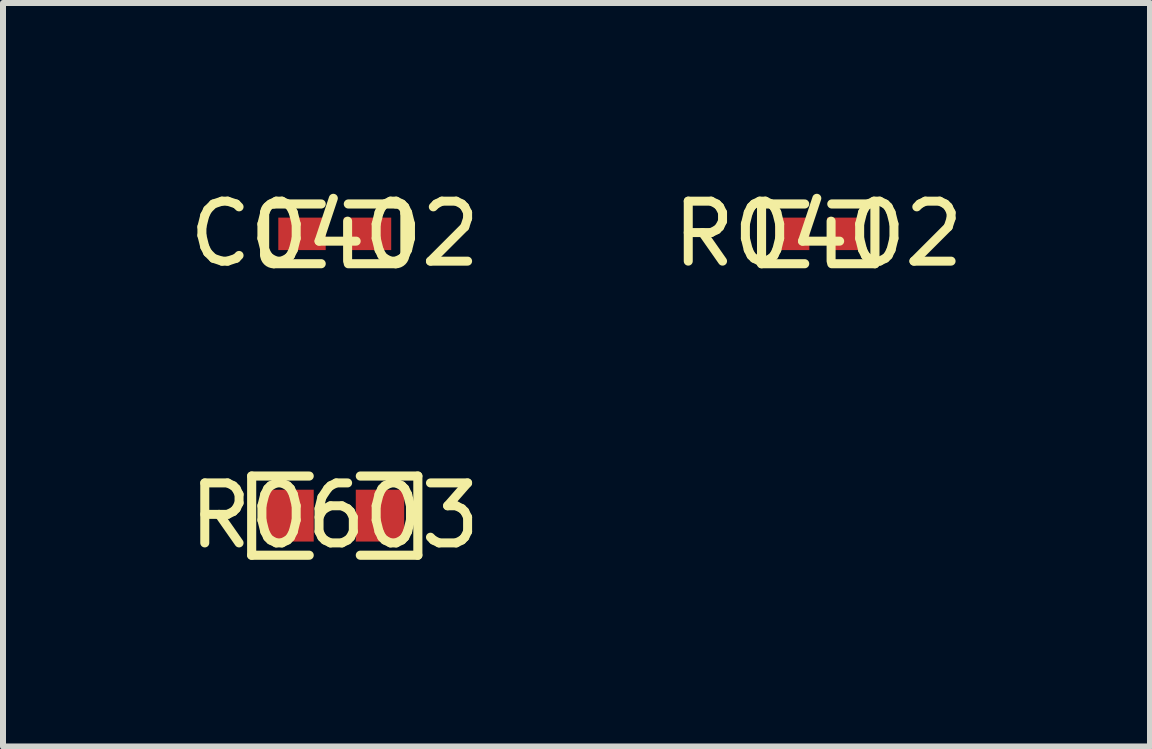
<source format=kicad_pcb>
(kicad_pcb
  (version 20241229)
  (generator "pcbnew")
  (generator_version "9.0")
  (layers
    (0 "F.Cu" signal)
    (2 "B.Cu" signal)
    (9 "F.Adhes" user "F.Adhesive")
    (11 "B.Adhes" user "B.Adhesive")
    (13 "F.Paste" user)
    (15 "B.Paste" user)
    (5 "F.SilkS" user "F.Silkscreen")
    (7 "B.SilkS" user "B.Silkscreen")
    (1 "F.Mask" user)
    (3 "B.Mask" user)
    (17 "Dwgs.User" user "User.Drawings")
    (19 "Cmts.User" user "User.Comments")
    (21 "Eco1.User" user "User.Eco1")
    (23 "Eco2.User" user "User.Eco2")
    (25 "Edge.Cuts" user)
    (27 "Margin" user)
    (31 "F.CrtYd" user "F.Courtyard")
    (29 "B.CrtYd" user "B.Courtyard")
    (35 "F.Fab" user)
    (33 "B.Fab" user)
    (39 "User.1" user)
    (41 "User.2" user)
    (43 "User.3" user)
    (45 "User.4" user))
  (footprint "C0402"
    (layer "F.Cu")
    (at 2.53 0.848)
    (property "Reference" "C0402" (at 0 0 0) (layer "F.SilkS") (effects (font (size 1 1) (thickness 0.15))))
    (fp_line (start -1.169 0.345) (end -1.169 -0.345) (stroke (width 0.152) (type default)) (layer "F.SilkS"))
    (fp_line (start -1.016 -0.498) (end -0.226 -0.498) (stroke (width 0.152) (type default)) (layer "F.SilkS"))
    (fp_line (start -0.226 0.498) (end -1.016 0.498) (stroke (width 0.152) (type default)) (layer "F.SilkS"))
    (fp_line (start 0.226 0.498) (end 1.016 0.498) (stroke (width 0.152) (type default)) (layer "F.SilkS"))
    (fp_line (start 1.016 -0.498) (end 0.226 -0.498) (stroke (width 0.152) (type default)) (layer "F.SilkS"))
    (fp_line (start 1.169 0.345) (end 1.169 -0.345) (stroke (width 0.152) (type default)) (layer "F.SilkS"))
    (fp_arc (start -1.1685 -0.346) (mid -1.12398 -0.45348) (end -1.0165 -0.4985) (stroke (width 0.1525) (type default)) (layer "F.SilkS"))
    (fp_arc (start -1.0165 0.4985) (mid -1.124334 0.453834) (end -1.1685 0.346) (stroke (width 0.1525) (type default)) (layer "F.SilkS"))
    (fp_arc (start 1.0165 -0.4985) (mid 1.124334 -0.453834) (end 1.1685 -0.346) (stroke (width 0.1525) (type default)) (layer "F.SilkS"))
    (fp_arc (start 1.1685 0.346) (mid 1.12398 0.45348) (end 1.0165 0.4985) (stroke (width 0.1525) (type default)) (layer "F.SilkS"))
    (fp_poly (pts (xy -0.18 -0.226) (xy -0.18 0.226) (xy -0.249 0.275) (xy -0.729 0.275) (xy -0.78 0.226) (xy -0.78 -0.226) (xy -0.729 -0.275) (xy -0.249 -0.275)) (stroke (width 0) (type default)) (fill yes) (layer "F.Paste"))
    (fp_poly (pts (xy 0.78 -0.226) (xy 0.78 0.226) (xy 0.729 0.275) (xy 0.249 0.275) (xy 0.18 0.226) (xy 0.18 -0.226) (xy 0.249 -0.275) (xy 0.729 -0.275)) (stroke (width 0) (type default)) (fill yes) (layer "F.Paste"))
    (fp_poly (pts (xy -0.5 0.249) (xy -0.5 -0.249) (xy -0.249 -0.249) (xy -0.249 0.249)) (stroke (width 0.1) (type default)) (fill no) (layer "User.1"))
    (fp_poly (pts (xy 0.5 0.249) (xy 0.5 -0.249) (xy 0.249 -0.249) (xy 0.249 0.249)) (stroke (width 0.1) (type default)) (fill no) (layer "User.1"))
    (fp_line (start -0.5 -0.249) (end 0.5 -0.249) (stroke (width 0.051) (type default)) (layer "User.2"))
    (fp_line (start -0.5 0.249) (end -0.5 -0.249) (stroke (width 0.051) (type default)) (layer "User.2"))
    (fp_line (start 0.5 -0.249) (end 0.5 0.249) (stroke (width 0.051) (type default)) (layer "User.2"))
    (fp_line (start 0.5 0.249) (end -0.5 0.249) (stroke (width 0.051) (type default)) (layer "User.2"))
    (fp_poly (pts (xy -0.444 0.226) (xy -0.477 0.193) (xy -0.524 0.193) (xy -0.557 0.226) (xy -0.557 0.272) (xy -0.524 0.305) (xy -0.477 0.305) (xy -0.444 0.272)) (stroke (width 0.1) (type default)) (fill no) (layer "User.3"))
    (pad "1" smd rect (at -0.546 0) (size 0.79 0.541) (layers "F.Cu" "F.Mask" "F.Paste"))
    (pad "2" smd rect (at 0.546 0) (size 0.79 0.541) (layers "F.Cu" "F.Mask" "F.Paste")))
  (footprint "R0603"
    (layer "F.Cu")
    (at 2.53 5.545)
    (property "Reference" "R0603" (at 0 0 0) (layer "F.SilkS") (effects (font (size 1 1) (thickness 0.15))))
    (fp_line (start -1.385 -0.66) (end -0.426 -0.66) (stroke (width 0.152) (type default)) (layer "F.SilkS"))
    (fp_line (start -1.385 0.66) (end -1.385 -0.66) (stroke (width 0.152) (type default)) (layer "F.SilkS"))
    (fp_line (start -0.426 0.66) (end -1.385 0.66) (stroke (width 0.152) (type default)) (layer "F.SilkS"))
    (fp_line (start 0.426 0.66) (end 1.385 0.66) (stroke (width 0.152) (type default)) (layer "F.SilkS"))
    (fp_line (start 1.385 -0.66) (end 0.426 -0.66) (stroke (width 0.152) (type default)) (layer "F.SilkS"))
    (fp_line (start 1.385 0.66) (end 1.385 -0.66) (stroke (width 0.152) (type default)) (layer "F.SilkS"))
    (fp_poly (pts (xy -0.355 -0.399) (xy -0.355 -0.172) (xy -0.734 -0.172) (xy -0.734 0.158) (xy -0.355 0.158) (xy -0.355 0.399) (xy -0.404 0.45) (xy -1.194 0.45) (xy -1.244 0.399) (xy -1.244 -0.399) (xy -1.194 -0.45) (xy -0.404 -0.45)) (stroke (width 0) (type default)) (fill yes) (layer "F.Paste"))
    (fp_poly (pts (xy 1.194 -0.45) (xy 0.396 -0.45) (xy 0.345 -0.399) (xy 0.345 -0.172) (xy 0.717 -0.172) (xy 0.717 0.158) (xy 0.345 0.158) (xy 0.345 0.399) (xy 0.396 0.45) (xy 1.194 0.45) (xy 1.244 0.399) (xy 1.244 -0.399)) (stroke (width 0) (type default)) (fill yes) (layer "F.Paste"))
    (fp_poly (pts (xy -0.8 0.399) (xy -0.8 -0.399) (xy -0.5 -0.399) (xy -0.5 0.399)) (stroke (width 0.1) (type default)) (fill no) (layer "User.1"))
    (fp_poly (pts (xy 0.8 0.399) (xy 0.8 -0.399) (xy 0.5 -0.399) (xy 0.5 0.399)) (stroke (width 0.1) (type default)) (fill no) (layer "User.1"))
    (fp_line (start -0.8 -0.399) (end 0.8 -0.399) (stroke (width 0.051) (type default)) (layer "User.2"))
    (fp_line (start -0.8 0.399) (end -0.8 -0.399) (stroke (width 0.051) (type default)) (layer "User.2"))
    (fp_line (start 0.8 -0.399) (end 0.8 0.399) (stroke (width 0.051) (type default)) (layer "User.2"))
    (fp_line (start 0.8 0.399) (end -0.8 0.399) (stroke (width 0.051) (type default)) (layer "User.2"))
    (fp_poly (pts (xy -0.744 0.376) (xy -0.777 0.343) (xy -0.823 0.343) (xy -0.856 0.376) (xy -0.856 0.422) (xy -0.823 0.455) (xy -0.777 0.455) (xy -0.744 0.422)) (stroke (width 0.1) (type default)) (fill no) (layer "User.3"))
    (pad "1" smd rect (at -0.754 0) (size 0.807 0.864) (layers "F.Cu" "F.Mask" "F.Paste"))
    (pad "2" smd rect (at 0.754 0) (size 0.807 0.864) (layers "F.Cu" "F.Mask" "F.Paste")))
  (footprint "R0402"
    (layer "F.Cu")
    (at 10.589 0.848)
    (property "Reference" "R0402" (at 0 0 0) (layer "F.SilkS") (effects (font (size 1 1) (thickness 0.15))))
    (fp_line (start -0.945 -0.498) (end -0.226 -0.498) (stroke (width 0.152) (type default)) (layer "F.SilkS"))
    (fp_line (start -0.945 0.498) (end -0.945 -0.498) (stroke (width 0.152) (type default)) (layer "F.SilkS"))
    (fp_line (start -0.226 0.498) (end -0.945 0.498) (stroke (width 0.152) (type default)) (layer "F.SilkS"))
    (fp_line (start 0.226 0.498) (end 0.945 0.498) (stroke (width 0.152) (type default)) (layer "F.SilkS"))
    (fp_line (start 0.945 -0.498) (end 0.226 -0.498) (stroke (width 0.152) (type default)) (layer "F.SilkS"))
    (fp_line (start 0.945 0.498) (end 0.945 -0.498) (stroke (width 0.152) (type default)) (layer "F.SilkS"))
    (fp_poly (pts (xy -0.135 0.231) (xy -0.135 -0.231) (xy -0.175 -0.269) (xy -0.675 -0.269) (xy -0.717 -0.231) (xy -0.717 0.231) (xy -0.675 0.269) (xy -0.175 0.269)) (stroke (width 0) (type default)) (fill yes) (layer "F.Paste"))
    (fp_poly (pts (xy 0.135 0.231) (xy 0.135 -0.231) (xy 0.175 -0.269) (xy 0.675 -0.269) (xy 0.717 -0.231) (xy 0.717 0.231) (xy 0.675 0.269) (xy 0.175 0.269)) (stroke (width 0) (type default)) (fill yes) (layer "F.Paste"))
    (fp_poly (pts (xy -0.249 -0.249) (xy -0.249 0.249) (xy -0.498 0.249) (xy -0.498 -0.249)) (stroke (width 0.1) (type default)) (fill no) (layer "User.1"))
    (fp_poly (pts (xy 0.252 0.249) (xy 0.252 -0.249) (xy 0.5 -0.249) (xy 0.5 0.249)) (stroke (width 0.1) (type default)) (fill no) (layer "User.1"))
    (fp_line (start -0.5 -0.249) (end 0.5 -0.249) (stroke (width 0.051) (type default)) (layer "User.2"))
    (fp_line (start -0.5 0.249) (end -0.5 -0.249) (stroke (width 0.051) (type default)) (layer "User.2"))
    (fp_line (start 0.5 -0.249) (end 0.5 0.249) (stroke (width 0.051) (type default)) (layer "User.2"))
    (fp_line (start 0.5 0.249) (end -0.5 0.249) (stroke (width 0.051) (type default)) (layer "User.2"))
    (fp_poly (pts (xy -0.444 0.226) (xy -0.477 0.193) (xy -0.524 0.193) (xy -0.557 0.226) (xy -0.557 0.272) (xy -0.524 0.305) (xy -0.477 0.305) (xy -0.444 0.272)) (stroke (width 0.1) (type default)) (fill no) (layer "User.3"))
    (pad "1" smd rect (at -0.432 0) (size 0.567 0.541) (layers "F.Cu" "F.Mask" "F.Paste"))
    (pad "2" smd rect (at 0.432 0) (size 0.567 0.541) (layers "F.Cu" "F.Mask" "F.Paste")))
  (gr_rect
    (start -3 -3)
    (end 16.119 9.393)
    (stroke (width 0.1) (type default))
    (fill no)
    (layer "Edge.Cuts")))
</source>
